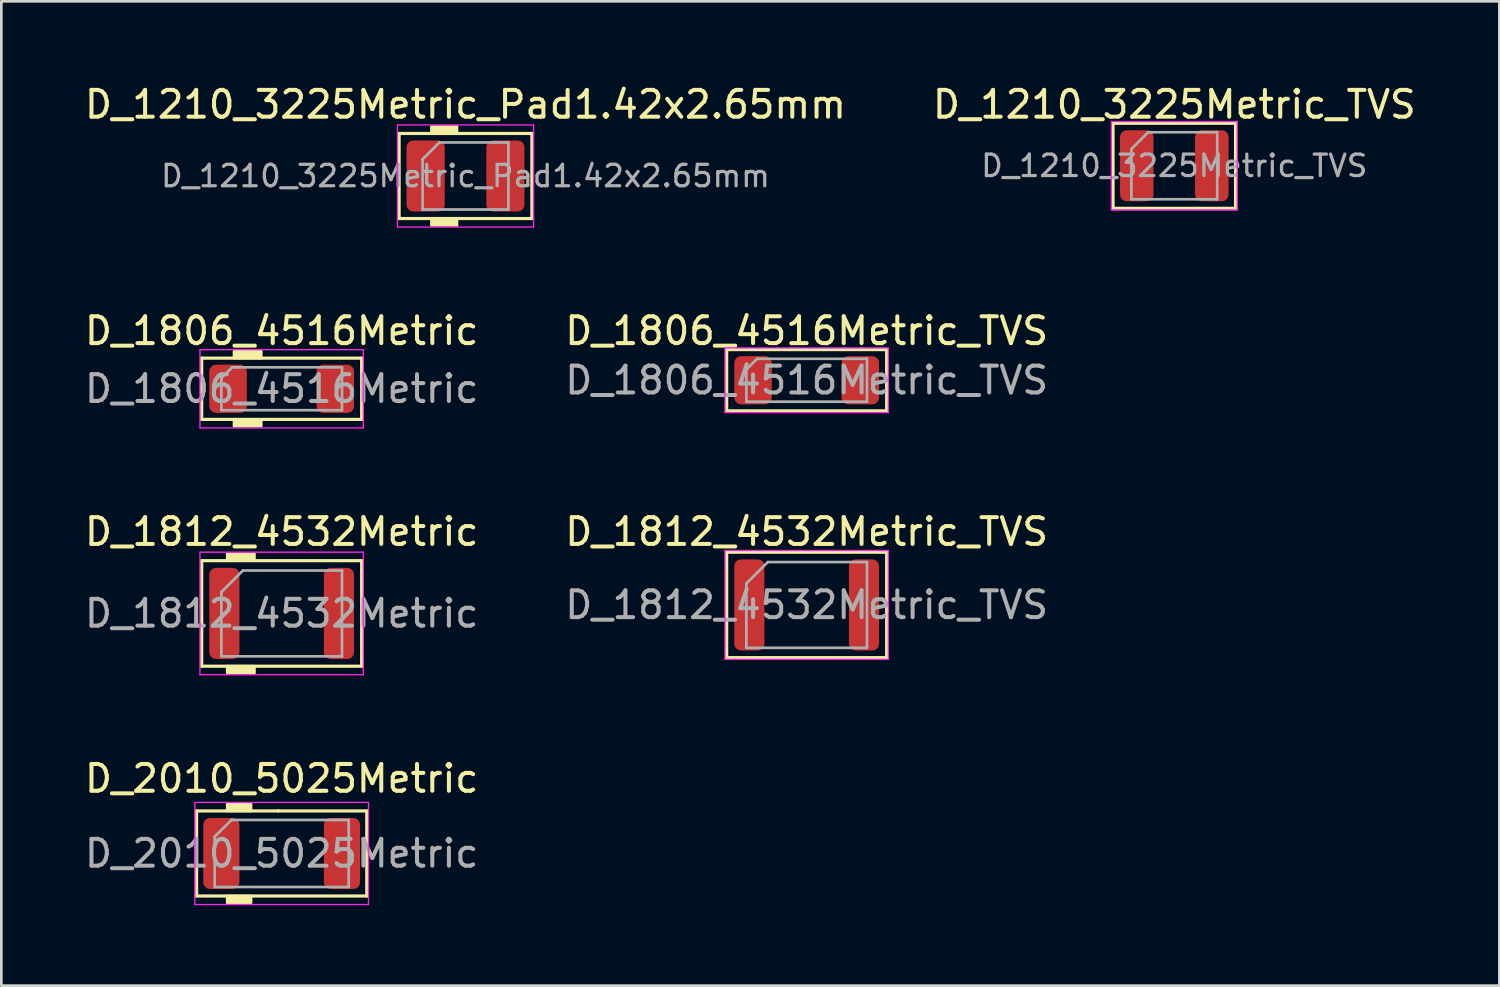
<source format=kicad_pcb>
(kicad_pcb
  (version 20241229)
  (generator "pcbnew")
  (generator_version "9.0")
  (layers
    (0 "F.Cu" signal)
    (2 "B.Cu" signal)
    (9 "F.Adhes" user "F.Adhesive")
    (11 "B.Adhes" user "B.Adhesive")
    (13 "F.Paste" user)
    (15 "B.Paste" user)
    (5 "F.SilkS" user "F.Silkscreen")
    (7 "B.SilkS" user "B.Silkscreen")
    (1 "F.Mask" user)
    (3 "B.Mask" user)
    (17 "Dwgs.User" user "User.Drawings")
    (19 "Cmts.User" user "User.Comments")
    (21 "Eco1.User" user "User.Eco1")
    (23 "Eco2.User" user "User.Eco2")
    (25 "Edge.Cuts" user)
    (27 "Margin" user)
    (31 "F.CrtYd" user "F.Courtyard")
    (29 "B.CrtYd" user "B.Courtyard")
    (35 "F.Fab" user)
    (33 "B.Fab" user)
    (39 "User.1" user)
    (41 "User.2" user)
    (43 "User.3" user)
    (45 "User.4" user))
  (footprint "D_1812_4532Metric"
    (layer "F.Cu")
    (at 7.458 19.834)
    (property "Reference" "D_1812_4532Metric" (at 0 -3.048 0) (layer "F.SilkS") (effects (font (size 1 1) (thickness 0.15))))
    (attr smd)
    (fp_line (start -2.985 -1.968) (end -2.985 1.968) (stroke (width 0.12) (type solid)) (layer "F.SilkS"))
    (fp_line (start -2.985 1.968) (end 2.985 1.968) (stroke (width 0.12) (type solid)) (layer "F.SilkS"))
    (fp_line (start 2.985 -1.968) (end -2.985 -1.968) (stroke (width 0.12) (type solid)) (layer "F.SilkS"))
    (fp_line (start 2.985 1.968) (end 2.985 -1.968) (stroke (width 0.12) (type solid)) (layer "F.SilkS"))
    (fp_poly (pts (xy -1.016 -1.968) (xy -2.032 -1.968) (xy -2.032 -2.223) (xy -1.016 -2.223)) (stroke (width 0.1) (type solid)) (fill yes) (layer "F.SilkS"))
    (fp_poly (pts (xy -1.016 2.223) (xy -2.032 2.223) (xy -2.032 1.968) (xy -1.016 1.968)) (stroke (width 0.1) (type solid)) (fill yes) (layer "F.SilkS"))
    (fp_line (start -3.048 -2.286) (end 3.048 -2.286) (stroke (width 0.05) (type solid)) (layer "F.CrtYd"))
    (fp_line (start -3.048 2.286) (end -3.048 -2.286) (stroke (width 0.05) (type solid)) (layer "F.CrtYd"))
    (fp_line (start 3.048 -2.286) (end 3.048 2.286) (stroke (width 0.05) (type solid)) (layer "F.CrtYd"))
    (fp_line (start 3.048 2.286) (end -3.048 2.286) (stroke (width 0.05) (type solid)) (layer "F.CrtYd"))
    (fp_line (start -2.25 -0.8) (end -2.25 1.6) (stroke (width 0.1) (type solid)) (layer "F.Fab"))
    (fp_line (start -2.25 1.6) (end 2.25 1.6) (stroke (width 0.1) (type solid)) (layer "F.Fab"))
    (fp_line (start -1.45 -1.6) (end -2.25 -0.8) (stroke (width 0.1) (type solid)) (layer "F.Fab"))
    (fp_line (start 2.25 -1.6) (end -1.45 -1.6) (stroke (width 0.1) (type solid)) (layer "F.Fab"))
    (fp_line (start 2.25 1.6) (end 2.25 -1.6) (stroke (width 0.1) (type solid)) (layer "F.Fab"))
    (fp_text user "${REFERENCE}" (at 0 0 0) (layer "F.Fab") (effects (font (size 1 1) (thickness 0.15))))
    (pad "1" smd roundrect (at -2.138 0) (size 1.125 3.4) (layers "F.Cu" "F.Mask" "F.Paste") (roundrect_rratio 0.222))
    (pad "2" smd roundrect (at 2.138 0) (size 1.125 3.4) (layers "F.Cu" "F.Mask" "F.Paste") (roundrect_rratio 0.222)))
  (footprint "D_1806_4516Metric"
    (layer "F.Cu")
    (at 7.458 11.453)
    (property "Reference" "D_1806_4516Metric" (at 0 -2.159 0) (layer "F.SilkS") (effects (font (size 1 1) (thickness 0.15))))
    (attr smd)
    (fp_line (start -2.985 -1.143) (end -2.985 1.143) (stroke (width 0.12) (type solid)) (layer "F.SilkS"))
    (fp_line (start -2.985 1.143) (end 2.985 1.143) (stroke (width 0.12) (type solid)) (layer "F.SilkS"))
    (fp_line (start 2.985 -1.143) (end -2.985 -1.143) (stroke (width 0.12) (type solid)) (layer "F.SilkS"))
    (fp_line (start 2.985 1.143) (end 2.985 -1.143) (stroke (width 0.12) (type solid)) (layer "F.SilkS"))
    (fp_poly (pts (xy -0.762 -1.143) (xy -1.778 -1.143) (xy -1.778 -1.397) (xy -0.762 -1.397)) (stroke (width 0.1) (type solid)) (fill yes) (layer "F.SilkS"))
    (fp_poly (pts (xy -0.762 1.397) (xy -1.778 1.397) (xy -1.778 1.143) (xy -0.762 1.143)) (stroke (width 0.1) (type solid)) (fill yes) (layer "F.SilkS"))
    (fp_line (start -3.048 -1.46) (end 3.048 -1.46) (stroke (width 0.05) (type solid)) (layer "F.CrtYd"))
    (fp_line (start -3.048 1.46) (end -3.048 -1.46) (stroke (width 0.05) (type solid)) (layer "F.CrtYd"))
    (fp_line (start 3.048 -1.46) (end 3.048 1.46) (stroke (width 0.05) (type solid)) (layer "F.CrtYd"))
    (fp_line (start 3.048 1.46) (end -3.048 1.46) (stroke (width 0.05) (type solid)) (layer "F.CrtYd"))
    (fp_line (start -2.25 -0.4) (end -2.25 0.8) (stroke (width 0.1) (type solid)) (layer "F.Fab"))
    (fp_line (start -2.25 0.8) (end 2.25 0.8) (stroke (width 0.1) (type solid)) (layer "F.Fab"))
    (fp_line (start -1.85 -0.8) (end -2.25 -0.4) (stroke (width 0.1) (type solid)) (layer "F.Fab"))
    (fp_line (start 2.25 -0.8) (end -1.85 -0.8) (stroke (width 0.1) (type solid)) (layer "F.Fab"))
    (fp_line (start 2.25 0.8) (end 2.25 -0.8) (stroke (width 0.1) (type solid)) (layer "F.Fab"))
    (fp_text user "${REFERENCE}" (at 0 0 0) (layer "F.Fab") (effects (font (size 1 1) (thickness 0.15))))
    (pad "1" smd roundrect (at -2 0) (size 1.4 1.8) (layers "F.Cu" "F.Mask" "F.Paste") (roundrect_rratio 0.179))
    (pad "2" smd roundrect (at 2 0) (size 1.4 1.8) (layers "F.Cu" "F.Mask" "F.Paste") (roundrect_rratio 0.179)))
  (footprint "D_1806_4516Metric_TVS"
    (layer "F.Cu")
    (at 27.042 11.135)
    (property "Reference" "D_1806_4516Metric_TVS" (at 0 -1.841 0) (layer "F.SilkS") (effects (font (size 1 1) (thickness 0.15))))
    (attr smd)
    (fp_line (start -2.985 -1.143) (end -2.985 1.143) (stroke (width 0.12) (type solid)) (layer "F.SilkS"))
    (fp_line (start -2.985 1.143) (end 2.985 1.143) (stroke (width 0.12) (type solid)) (layer "F.SilkS"))
    (fp_line (start 2.985 -1.143) (end -2.985 -1.143) (stroke (width 0.12) (type solid)) (layer "F.SilkS"))
    (fp_line (start 2.985 1.143) (end 2.985 -1.143) (stroke (width 0.12) (type solid)) (layer "F.SilkS"))
    (fp_line (start -3.048 -1.206) (end 3.048 -1.206) (stroke (width 0.05) (type solid)) (layer "F.CrtYd"))
    (fp_line (start -3.048 1.206) (end -3.048 -1.206) (stroke (width 0.05) (type solid)) (layer "F.CrtYd"))
    (fp_line (start 3.048 -1.206) (end 3.048 1.206) (stroke (width 0.05) (type solid)) (layer "F.CrtYd"))
    (fp_line (start 3.048 1.206) (end -3.048 1.206) (stroke (width 0.05) (type solid)) (layer "F.CrtYd"))
    (fp_line (start -2.25 -0.4) (end -2.25 0.8) (stroke (width 0.1) (type solid)) (layer "F.Fab"))
    (fp_line (start -2.25 0.8) (end 2.25 0.8) (stroke (width 0.1) (type solid)) (layer "F.Fab"))
    (fp_line (start -1.85 -0.8) (end -2.25 -0.4) (stroke (width 0.1) (type solid)) (layer "F.Fab"))
    (fp_line (start 2.25 -0.8) (end -1.85 -0.8) (stroke (width 0.1) (type solid)) (layer "F.Fab"))
    (fp_line (start 2.25 0.8) (end 2.25 -0.8) (stroke (width 0.1) (type solid)) (layer "F.Fab"))
    (fp_text user "${REFERENCE}" (at 0 0 0) (layer "F.Fab") (effects (font (size 1 1) (thickness 0.15))))
    (pad "1" smd roundrect (at -2 0) (size 1.4 1.8) (layers "F.Cu" "F.Mask" "F.Paste") (roundrect_rratio 0.179))
    (pad "2" smd roundrect (at 2 0) (size 1.4 1.8) (layers "F.Cu" "F.Mask" "F.Paste") (roundrect_rratio 0.179)))
  (footprint "D_2010_5025Metric"
    (layer "F.Cu")
    (at 7.458 28.788)
    (property "Reference" "D_2010_5025Metric" (at 0 -2.794 0) (layer "F.SilkS") (effects (font (size 1 1) (thickness 0.15))))
    (attr smd)
    (fp_line (start -3.175 -1.587) (end -3.175 1.587) (stroke (width 0.12) (type solid)) (layer "F.SilkS"))
    (fp_line (start -3.175 1.587) (end 3.175 1.587) (stroke (width 0.12) (type solid)) (layer "F.SilkS"))
    (fp_line (start -0.127 -1.587) (end -3.175 -1.587) (stroke (width 0.12) (type solid)) (layer "F.SilkS"))
    (fp_line (start 3.175 -1.587) (end -0.127 -1.587) (stroke (width 0.12) (type solid)) (layer "F.SilkS"))
    (fp_line (start 3.175 1.587) (end 3.175 -1.587) (stroke (width 0.12) (type solid)) (layer "F.SilkS"))
    (fp_poly (pts (xy -1.143 -1.587) (xy -2.032 -1.587) (xy -2.032 -1.841) (xy -1.143 -1.841)) (stroke (width 0.1) (type solid)) (fill yes) (layer "F.SilkS"))
    (fp_poly (pts (xy -1.143 1.841) (xy -2.032 1.841) (xy -2.032 1.587) (xy -1.143 1.587)) (stroke (width 0.1) (type solid)) (fill yes) (layer "F.SilkS"))
    (fp_line (start -3.239 -1.905) (end 3.239 -1.905) (stroke (width 0.05) (type solid)) (layer "F.CrtYd"))
    (fp_line (start -3.239 1.905) (end -3.239 -1.905) (stroke (width 0.05) (type solid)) (layer "F.CrtYd"))
    (fp_line (start 3.239 -1.905) (end 3.239 1.905) (stroke (width 0.05) (type solid)) (layer "F.CrtYd"))
    (fp_line (start 3.239 1.905) (end -3.239 1.905) (stroke (width 0.05) (type solid)) (layer "F.CrtYd"))
    (fp_line (start -2.5 -0.625) (end -2.5 1.25) (stroke (width 0.1) (type solid)) (layer "F.Fab"))
    (fp_line (start -2.5 1.25) (end 2.5 1.25) (stroke (width 0.1) (type solid)) (layer "F.Fab"))
    (fp_line (start -1.875 -1.25) (end -2.5 -0.625) (stroke (width 0.1) (type solid)) (layer "F.Fab"))
    (fp_line (start 2.5 -1.25) (end -1.875 -1.25) (stroke (width 0.1) (type solid)) (layer "F.Fab"))
    (fp_line (start 2.5 1.25) (end 2.5 -1.25) (stroke (width 0.1) (type solid)) (layer "F.Fab"))
    (fp_text user "${REFERENCE}" (at 0 0 0) (layer "F.Fab") (effects (font (size 1 1) (thickness 0.15))))
    (pad "1" smd roundrect (at -2.25 0) (size 1.35 2.65) (layers "F.Cu" "F.Mask" "F.Paste") (roundrect_rratio 0.185))
    (pad "2" smd roundrect (at 2.25 0) (size 1.35 2.65) (layers "F.Cu" "F.Mask" "F.Paste") (roundrect_rratio 0.185)))
  (footprint "D_1210_3225Metric_Pad1.42x2.65mm"
    (layer "F.Cu")
    (at 14.315 3.515)
    (property "Reference" "D_1210_3225Metric_Pad1.42x2.65mm" (at 0 -2.667 0) (layer "F.SilkS") (effects (font (size 1 1) (thickness 0.15))))
    (attr smd)
    (fp_line (start -2.477 -1.587) (end -2.477 1.587) (stroke (width 0.12) (type solid)) (layer "F.SilkS"))
    (fp_line (start -2.477 1.587) (end 2.477 1.587) (stroke (width 0.12) (type solid)) (layer "F.SilkS"))
    (fp_line (start 2.477 -1.587) (end -2.477 -1.587) (stroke (width 0.12) (type solid)) (layer "F.SilkS"))
    (fp_line (start 2.477 1.587) (end 2.477 -1.587) (stroke (width 0.12) (type solid)) (layer "F.SilkS"))
    (fp_poly (pts (xy -0.318 -1.587) (xy -1.27 -1.587) (xy -1.27 -1.841) (xy -0.318 -1.841)) (stroke (width 0.1) (type solid)) (fill yes) (layer "F.SilkS"))
    (fp_poly (pts (xy -0.318 1.841) (xy -1.27 1.841) (xy -1.27 1.587) (xy -0.318 1.587)) (stroke (width 0.1) (type solid)) (fill yes) (layer "F.SilkS"))
    (fp_line (start -2.54 -1.905) (end 2.54 -1.905) (stroke (width 0.05) (type solid)) (layer "F.CrtYd"))
    (fp_line (start -2.54 1.905) (end -2.54 -1.905) (stroke (width 0.05) (type solid)) (layer "F.CrtYd"))
    (fp_line (start 2.54 -1.905) (end 2.54 1.905) (stroke (width 0.05) (type solid)) (layer "F.CrtYd"))
    (fp_line (start 2.54 1.905) (end -2.54 1.905) (stroke (width 0.05) (type solid)) (layer "F.CrtYd"))
    (fp_line (start -1.6 -0.625) (end -1.6 1.25) (stroke (width 0.1) (type solid)) (layer "F.Fab"))
    (fp_line (start -1.6 1.25) (end 1.6 1.25) (stroke (width 0.1) (type solid)) (layer "F.Fab"))
    (fp_line (start -0.975 -1.25) (end -1.6 -0.625) (stroke (width 0.1) (type solid)) (layer "F.Fab"))
    (fp_line (start 1.6 -1.25) (end -0.975 -1.25) (stroke (width 0.1) (type solid)) (layer "F.Fab"))
    (fp_line (start 1.6 1.25) (end 1.6 -1.25) (stroke (width 0.1) (type solid)) (layer "F.Fab"))
    (fp_text user "${REFERENCE}" (at 0 0 0) (layer "F.Fab") (effects (font (size 0.8 0.8) (thickness 0.12))))
    (pad "1" smd roundrect (at -1.488 0) (size 1.425 2.65) (layers "F.Cu" "F.Mask" "F.Paste") (roundrect_rratio 0.175))
    (pad "2" smd roundrect (at 1.488 0) (size 1.425 2.65) (layers "F.Cu" "F.Mask" "F.Paste") (roundrect_rratio 0.175)))
  (footprint "D_1812_4532Metric_TVS"
    (layer "F.Cu")
    (at 27.042 19.517)
    (property "Reference" "D_1812_4532Metric_TVS" (at 0 -2.731 0) (layer "F.SilkS") (effects (font (size 1 1) (thickness 0.15))))
    (attr smd)
    (fp_line (start -2.985 -1.968) (end -2.985 1.968) (stroke (width 0.12) (type solid)) (layer "F.SilkS"))
    (fp_line (start -2.985 1.968) (end 2.985 1.968) (stroke (width 0.12) (type solid)) (layer "F.SilkS"))
    (fp_line (start 2.985 -1.968) (end -2.985 -1.968) (stroke (width 0.12) (type solid)) (layer "F.SilkS"))
    (fp_line (start 2.985 1.968) (end 2.985 -1.968) (stroke (width 0.12) (type solid)) (layer "F.SilkS"))
    (fp_line (start -3.048 -2.032) (end 3.048 -2.032) (stroke (width 0.05) (type solid)) (layer "F.CrtYd"))
    (fp_line (start -3.048 2.032) (end -3.048 -2.032) (stroke (width 0.05) (type solid)) (layer "F.CrtYd"))
    (fp_line (start 3.048 -2.032) (end 3.048 2.032) (stroke (width 0.05) (type solid)) (layer "F.CrtYd"))
    (fp_line (start 3.048 2.032) (end -3.048 2.032) (stroke (width 0.05) (type solid)) (layer "F.CrtYd"))
    (fp_line (start -2.25 -0.8) (end -2.25 1.6) (stroke (width 0.1) (type solid)) (layer "F.Fab"))
    (fp_line (start -2.25 1.6) (end 2.25 1.6) (stroke (width 0.1) (type solid)) (layer "F.Fab"))
    (fp_line (start -1.45 -1.6) (end -2.25 -0.8) (stroke (width 0.1) (type solid)) (layer "F.Fab"))
    (fp_line (start 2.25 -1.6) (end -1.45 -1.6) (stroke (width 0.1) (type solid)) (layer "F.Fab"))
    (fp_line (start 2.25 1.6) (end 2.25 -1.6) (stroke (width 0.1) (type solid)) (layer "F.Fab"))
    (fp_text user "${REFERENCE}" (at 0 0 0) (layer "F.Fab") (effects (font (size 1 1) (thickness 0.15))))
    (pad "1" smd roundrect (at -2.138 0) (size 1.125 3.4) (layers "F.Cu" "F.Mask" "F.Paste") (roundrect_rratio 0.222))
    (pad "2" smd roundrect (at 2.138 0) (size 1.125 3.4) (layers "F.Cu" "F.Mask" "F.Paste") (roundrect_rratio 0.222)))
  (footprint "D_1210_3225Metric_TVS"
    (layer "F.Cu")
    (at 40.756 3.134)
    (property "Reference" "D_1210_3225Metric_TVS" (at 0 -2.286 0) (layer "F.SilkS") (effects (font (size 1 1) (thickness 0.15))))
    (attr smd)
    (fp_line (start -2.286 -1.587) (end 2.286 -1.587) (stroke (width 0.12) (type solid)) (layer "F.SilkS"))
    (fp_line (start -2.286 1.587) (end -2.286 -1.587) (stroke (width 0.12) (type solid)) (layer "F.SilkS"))
    (fp_line (start 2.286 -1.587) (end 2.286 1.587) (stroke (width 0.12) (type solid)) (layer "F.SilkS"))
    (fp_line (start 2.286 1.587) (end -2.286 1.587) (stroke (width 0.12) (type solid)) (layer "F.SilkS"))
    (fp_line (start -2.349 -1.651) (end 2.349 -1.651) (stroke (width 0.05) (type solid)) (layer "F.CrtYd"))
    (fp_line (start -2.349 1.651) (end -2.349 -1.651) (stroke (width 0.05) (type solid)) (layer "F.CrtYd"))
    (fp_line (start 2.349 -1.651) (end 2.349 1.651) (stroke (width 0.05) (type solid)) (layer "F.CrtYd"))
    (fp_line (start 2.349 1.651) (end -2.349 1.651) (stroke (width 0.05) (type solid)) (layer "F.CrtYd"))
    (fp_line (start -1.6 -0.625) (end -1.6 1.25) (stroke (width 0.1) (type solid)) (layer "F.Fab"))
    (fp_line (start -1.6 1.25) (end 1.6 1.25) (stroke (width 0.1) (type solid)) (layer "F.Fab"))
    (fp_line (start -0.975 -1.25) (end -1.6 -0.625) (stroke (width 0.1) (type solid)) (layer "F.Fab"))
    (fp_line (start 1.6 -1.25) (end -0.975 -1.25) (stroke (width 0.1) (type solid)) (layer "F.Fab"))
    (fp_line (start 1.6 1.25) (end 1.6 -1.25) (stroke (width 0.1) (type solid)) (layer "F.Fab"))
    (fp_text user "${REFERENCE}" (at 0 0 0) (layer "F.Fab") (effects (font (size 0.8 0.8) (thickness 0.12))))
    (pad "1" smd roundrect (at -1.4 0) (size 1.25 2.65) (layers "F.Cu" "F.Mask" "F.Paste") (roundrect_rratio 0.2))
    (pad "2" smd roundrect (at 1.4 0) (size 1.25 2.65) (layers "F.Cu" "F.Mask" "F.Paste") (roundrect_rratio 0.2)))
  (gr_rect
    (start -3 -3)
    (end 52.881 33.718)
    (stroke (width 0.1) (type default))
    (fill no)
    (layer "Edge.Cuts")))
</source>
